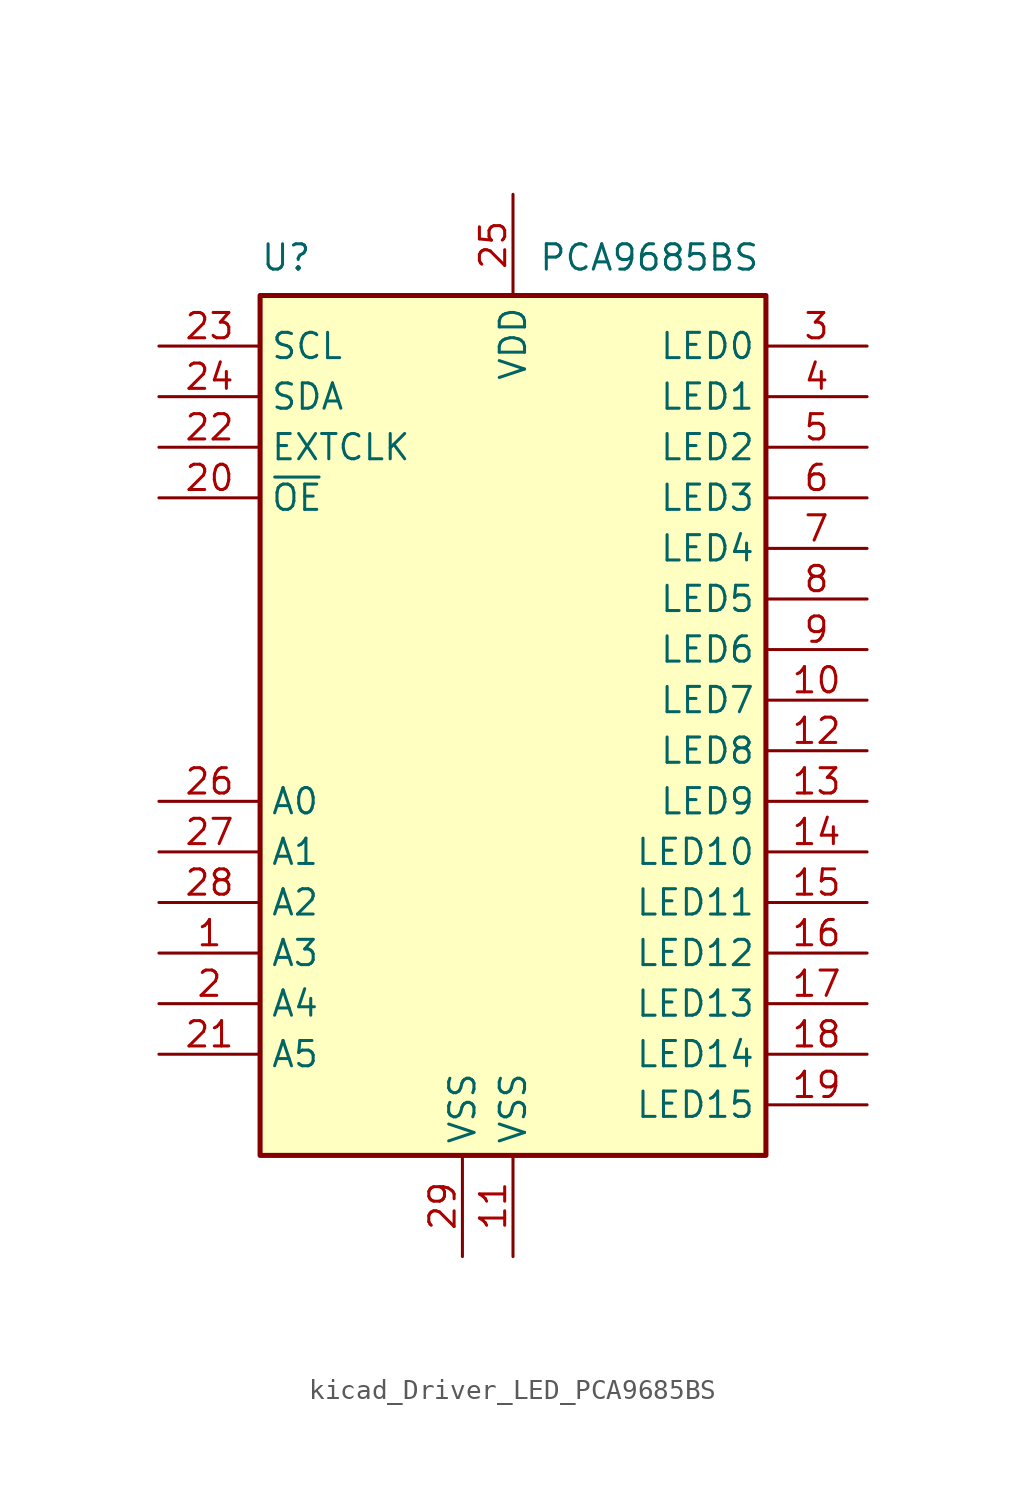
<source format=kicad_sym>
(kicad_symbol_lib
  (version 20220914)
  (generator kicad_symbol_editor)
  (symbol "kicad_Driver_LED_PCA9685BS"
    (property "Reference" "U"
      (at -12.7 22.225 0)
      (effects (font (size 1.27 1.27)) (justify left)))
    (property "Value" "PCA9685BS"
      (at 1.27 22.225 0)
      (effects (font (size 1.27 1.27)) (justify left)))
    (symbol "kicad_Driver_LED_PCA9685BS_0_1"
      (rectangle (start -12.7 20.32) (end 12.7 -22.86) (stroke (width 0.254) (type default)) (fill (type background))))
    (symbol "kicad_Driver_LED_PCA9685BS_1_1"
      (pin input line (at -17.78 -12.7 0) (length 5.08) (name "A3" (effects (font (size 1.27 1.27)))) (number "1" (effects (font (size 1.27 1.27)))))
      (pin output line (at 17.78 0 180) (length 5.08) (name "LED7" (effects (font (size 1.27 1.27)))) (number "10" (effects (font (size 1.27 1.27)))))
      (pin power_in line (at 0 -27.94 90) (length 5.08) (name "VSS" (effects (font (size 1.27 1.27)))) (number "11" (effects (font (size 1.27 1.27)))))
      (pin output line (at 17.78 -2.54 180) (length 5.08) (name "LED8" (effects (font (size 1.27 1.27)))) (number "12" (effects (font (size 1.27 1.27)))))
      (pin output line (at 17.78 -5.08 180) (length 5.08) (name "LED9" (effects (font (size 1.27 1.27)))) (number "13" (effects (font (size 1.27 1.27)))))
      (pin output line (at 17.78 -7.62 180) (length 5.08) (name "LED10" (effects (font (size 1.27 1.27)))) (number "14" (effects (font (size 1.27 1.27)))))
      (pin output line (at 17.78 -10.16 180) (length 5.08) (name "LED11" (effects (font (size 1.27 1.27)))) (number "15" (effects (font (size 1.27 1.27)))))
      (pin output line (at 17.78 -12.7 180) (length 5.08) (name "LED12" (effects (font (size 1.27 1.27)))) (number "16" (effects (font (size 1.27 1.27)))))
      (pin output line (at 17.78 -15.24 180) (length 5.08) (name "LED13" (effects (font (size 1.27 1.27)))) (number "17" (effects (font (size 1.27 1.27)))))
      (pin output line (at 17.78 -17.78 180) (length 5.08) (name "LED14" (effects (font (size 1.27 1.27)))) (number "18" (effects (font (size 1.27 1.27)))))
      (pin output line (at 17.78 -20.32 180) (length 5.08) (name "LED15" (effects (font (size 1.27 1.27)))) (number "19" (effects (font (size 1.27 1.27)))))
      (pin input line (at -17.78 -15.24 0) (length 5.08) (name "A4" (effects (font (size 1.27 1.27)))) (number "2" (effects (font (size 1.27 1.27)))))
      (pin input line (at -17.78 10.16 0) (length 5.08) (name "~{OE}" (effects (font (size 1.27 1.27)))) (number "20" (effects (font (size 1.27 1.27)))))
      (pin input line (at -17.78 -17.78 0) (length 5.08) (name "A5" (effects (font (size 1.27 1.27)))) (number "21" (effects (font (size 1.27 1.27)))))
      (pin input line (at -17.78 12.7 0) (length 5.08) (name "EXTCLK" (effects (font (size 1.27 1.27)))) (number "22" (effects (font (size 1.27 1.27)))))
      (pin input line (at -17.78 17.78 0) (length 5.08) (name "SCL" (effects (font (size 1.27 1.27)))) (number "23" (effects (font (size 1.27 1.27)))))
      (pin bidirectional line (at -17.78 15.24 0) (length 5.08) (name "SDA" (effects (font (size 1.27 1.27)))) (number "24" (effects (font (size 1.27 1.27)))))
      (pin power_in line (at 0 25.4 270) (length 5.08) (name "VDD" (effects (font (size 1.27 1.27)))) (number "25" (effects (font (size 1.27 1.27)))))
      (pin input line (at -17.78 -5.08 0) (length 5.08) (name "A0" (effects (font (size 1.27 1.27)))) (number "26" (effects (font (size 1.27 1.27)))))
      (pin input line (at -17.78 -7.62 0) (length 5.08) (name "A1" (effects (font (size 1.27 1.27)))) (number "27" (effects (font (size 1.27 1.27)))))
      (pin input line (at -17.78 -10.16 0) (length 5.08) (name "A2" (effects (font (size 1.27 1.27)))) (number "28" (effects (font (size 1.27 1.27)))))
      (pin power_in line (at -2.54 -27.94 90) (length 5.08) (name "VSS" (effects (font (size 1.27 1.27)))) (number "29" (effects (font (size 1.27 1.27)))))
      (pin output line (at 17.78 17.78 180) (length 5.08) (name "LED0" (effects (font (size 1.27 1.27)))) (number "3" (effects (font (size 1.27 1.27)))))
      (pin output line (at 17.78 15.24 180) (length 5.08) (name "LED1" (effects (font (size 1.27 1.27)))) (number "4" (effects (font (size 1.27 1.27)))))
      (pin output line (at 17.78 12.7 180) (length 5.08) (name "LED2" (effects (font (size 1.27 1.27)))) (number "5" (effects (font (size 1.27 1.27)))))
      (pin output line (at 17.78 10.16 180) (length 5.08) (name "LED3" (effects (font (size 1.27 1.27)))) (number "6" (effects (font (size 1.27 1.27)))))
      (pin output line (at 17.78 7.62 180) (length 5.08) (name "LED4" (effects (font (size 1.27 1.27)))) (number "7" (effects (font (size 1.27 1.27)))))
      (pin output line (at 17.78 5.08 180) (length 5.08) (name "LED5" (effects (font (size 1.27 1.27)))) (number "8" (effects (font (size 1.27 1.27)))))
      (pin output line (at 17.78 2.54 180) (length 5.08) (name "LED6" (effects (font (size 1.27 1.27)))) (number "9" (effects (font (size 1.27 1.27))))))))
</source>
